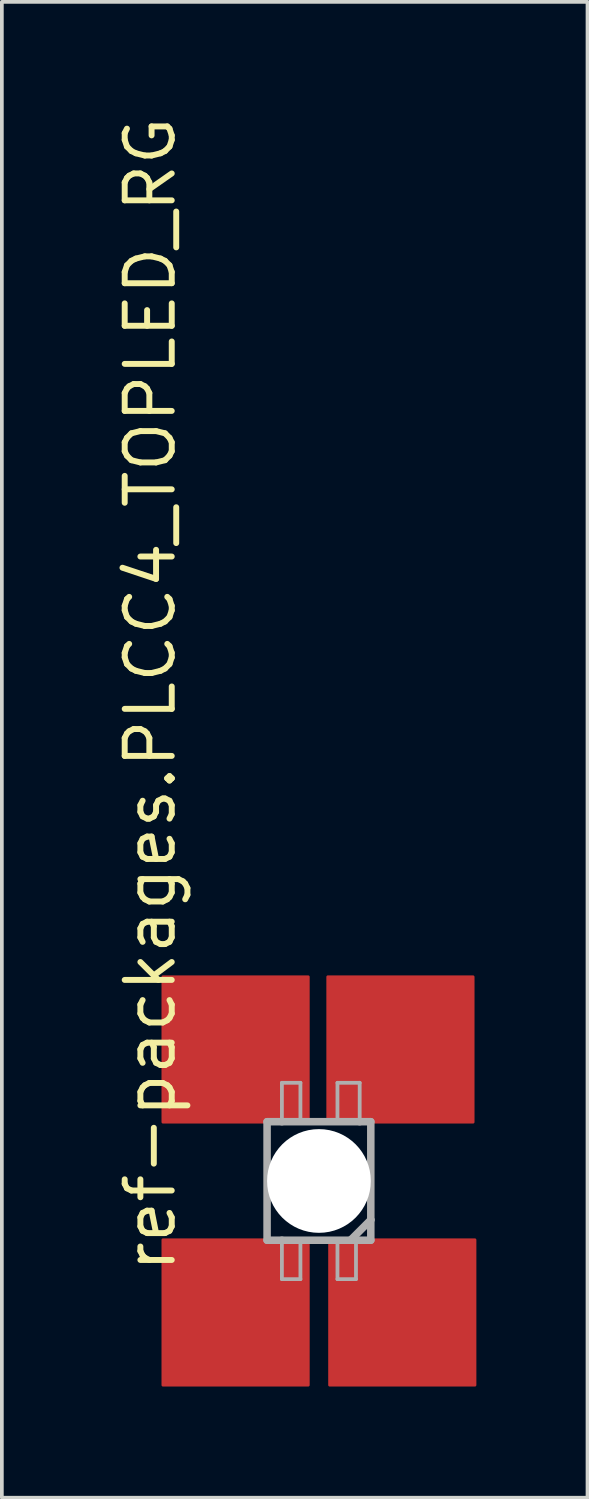
<source format=kicad_pcb>
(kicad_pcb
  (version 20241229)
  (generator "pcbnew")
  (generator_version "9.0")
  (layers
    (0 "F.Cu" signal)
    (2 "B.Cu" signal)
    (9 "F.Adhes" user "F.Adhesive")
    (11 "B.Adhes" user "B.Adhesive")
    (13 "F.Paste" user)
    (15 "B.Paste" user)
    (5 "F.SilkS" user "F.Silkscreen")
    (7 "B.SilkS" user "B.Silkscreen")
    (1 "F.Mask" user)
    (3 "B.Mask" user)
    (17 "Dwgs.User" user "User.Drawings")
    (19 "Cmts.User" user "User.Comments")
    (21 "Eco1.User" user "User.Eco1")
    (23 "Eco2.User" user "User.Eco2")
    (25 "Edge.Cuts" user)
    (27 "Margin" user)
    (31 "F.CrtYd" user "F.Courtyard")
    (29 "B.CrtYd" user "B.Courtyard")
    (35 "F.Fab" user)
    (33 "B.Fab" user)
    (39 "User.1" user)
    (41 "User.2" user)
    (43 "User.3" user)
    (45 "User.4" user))
  (footprint "ref-packages.PLCC4_TOPLED_RG"
    (layer "F.Cu")
    (at 5.56 28.831)
    (property "Reference" "ref-packages.PLCC4_TOPLED_RG" (at -3.81 2.54 90) (layer "F.SilkS") (effects (font (size 1.27 1.27) (thickness 0.16)) (justify left bottom)))
    (attr smd)
    (fp_rect (start -0.5 -0.1) (end -0.1 -0.5) (stroke (width 0.05) (type default)) (fill yes) (layer "F.SilkS"))
    (fp_rect (start -0.5 0.5) (end -0.1 0.1) (stroke (width 0.05) (type default)) (fill yes) (layer "F.SilkS"))
    (fp_rect (start 0.1 0.5) (end 0.5 0.1) (stroke (width 0.05) (type default)) (fill yes) (layer "F.SilkS"))
    (fp_rect (start -1.25 -1.55) (end -0.25 -2.95) (stroke (width 0.05) (type default)) (fill yes) (layer "F.Paste"))
    (fp_rect (start -1.25 2.95) (end -0.25 1.55) (stroke (width 0.05) (type default)) (fill yes) (layer "F.Paste"))
    (fp_rect (start 0.2 -1.55) (end 1.2 -2.95) (stroke (width 0.05) (type default)) (fill yes) (layer "F.Paste"))
    (fp_rect (start 0.25 2.95) (end 1.25 1.55) (stroke (width 0.05) (type default)) (fill yes) (layer "F.Paste"))
    (fp_line (start -1.4 -1.6) (end -1.4 1.6) (stroke (width 0.203) (type default)) (layer "F.Fab"))
    (fp_line (start -1.4 1.6) (end -1 1.6) (stroke (width 0.203) (type default)) (layer "F.Fab"))
    (fp_line (start -1 -2.65) (end -0.5 -2.65) (stroke (width 0.102) (type default)) (layer "F.Fab"))
    (fp_line (start -1 -1.6) (end -1.4 -1.6) (stroke (width 0.203) (type default)) (layer "F.Fab"))
    (fp_line (start -1 -1.6) (end -1 -2.65) (stroke (width 0.102) (type default)) (layer "F.Fab"))
    (fp_line (start -1 1.6) (end -1 2.65) (stroke (width 0.102) (type default)) (layer "F.Fab"))
    (fp_line (start -1 1.6) (end 0.85 1.6) (stroke (width 0.203) (type default)) (layer "F.Fab"))
    (fp_line (start -1 2.65) (end -0.5 2.65) (stroke (width 0.102) (type default)) (layer "F.Fab"))
    (fp_line (start -0.5 -2.65) (end -0.5 -1.65) (stroke (width 0.102) (type default)) (layer "F.Fab"))
    (fp_line (start -0.5 2.65) (end -0.5 1.65) (stroke (width 0.102) (type default)) (layer "F.Fab"))
    (fp_line (start 0.5 -2.65) (end 1.1 -2.65) (stroke (width 0.102) (type default)) (layer "F.Fab"))
    (fp_line (start 0.5 -1.65) (end 0.5 -2.65) (stroke (width 0.102) (type default)) (layer "F.Fab"))
    (fp_line (start 0.5 1.65) (end 0.5 2.65) (stroke (width 0.102) (type default)) (layer "F.Fab"))
    (fp_line (start 0.5 2.65) (end 1 2.65) (stroke (width 0.102) (type default)) (layer "F.Fab"))
    (fp_line (start 0.85 1.6) (end 1 1.6) (stroke (width 0.203) (type default)) (layer "F.Fab"))
    (fp_line (start 1 1.6) (end 1.4 1.6) (stroke (width 0.203) (type default)) (layer "F.Fab"))
    (fp_line (start 1 2.65) (end 1 1.6) (stroke (width 0.102) (type default)) (layer "F.Fab"))
    (fp_line (start 1.1 -2.65) (end 1.1 -1.6) (stroke (width 0.102) (type default)) (layer "F.Fab"))
    (fp_line (start 1.1 -1.6) (end -1 -1.6) (stroke (width 0.203) (type default)) (layer "F.Fab"))
    (fp_line (start 1.4 -1.6) (end 1.1 -1.6) (stroke (width 0.203) (type default)) (layer "F.Fab"))
    (fp_line (start 1.4 1.05) (end 0.85 1.6) (stroke (width 0.203) (type default)) (layer "F.Fab"))
    (fp_line (start 1.4 1.05) (end 1.4 -1.6) (stroke (width 0.203) (type default)) (layer "F.Fab"))
    (fp_line (start 1.4 1.6) (end 1.4 1.05) (stroke (width 0.203) (type default)) (layer "F.Fab"))
    (pad "" np_thru_hole circle (at 0 0) (size 2.8 2.8) (drill 2.8) (layers "*.Cu" "*.Mask"))
    (pad "1" smd roundrect (at 2.25 3.55) (size 4 4) (layers "F.Cu" "F.Mask" "F.Paste") (roundrect_rratio 0.01))
    (pad "2" smd roundrect (at 2.2 -3.55) (size 4 4) (layers "F.Cu" "F.Mask" "F.Paste") (roundrect_rratio 0.01))
    (pad "3" smd roundrect (at -2.25 -3.55) (size 4 4) (layers "F.Cu" "F.Mask" "F.Paste") (roundrect_rratio 0.01))
    (pad "4" smd roundrect (at -2.25 3.55) (size 4 4) (layers "F.Cu" "F.Mask" "F.Paste") (roundrect_rratio 0.01)))
  (gr_rect
    (start -3 -3)
    (end 12.81 37.381)
    (stroke (width 0.1) (type default))
    (fill no)
    (layer "Edge.Cuts")))
</source>
